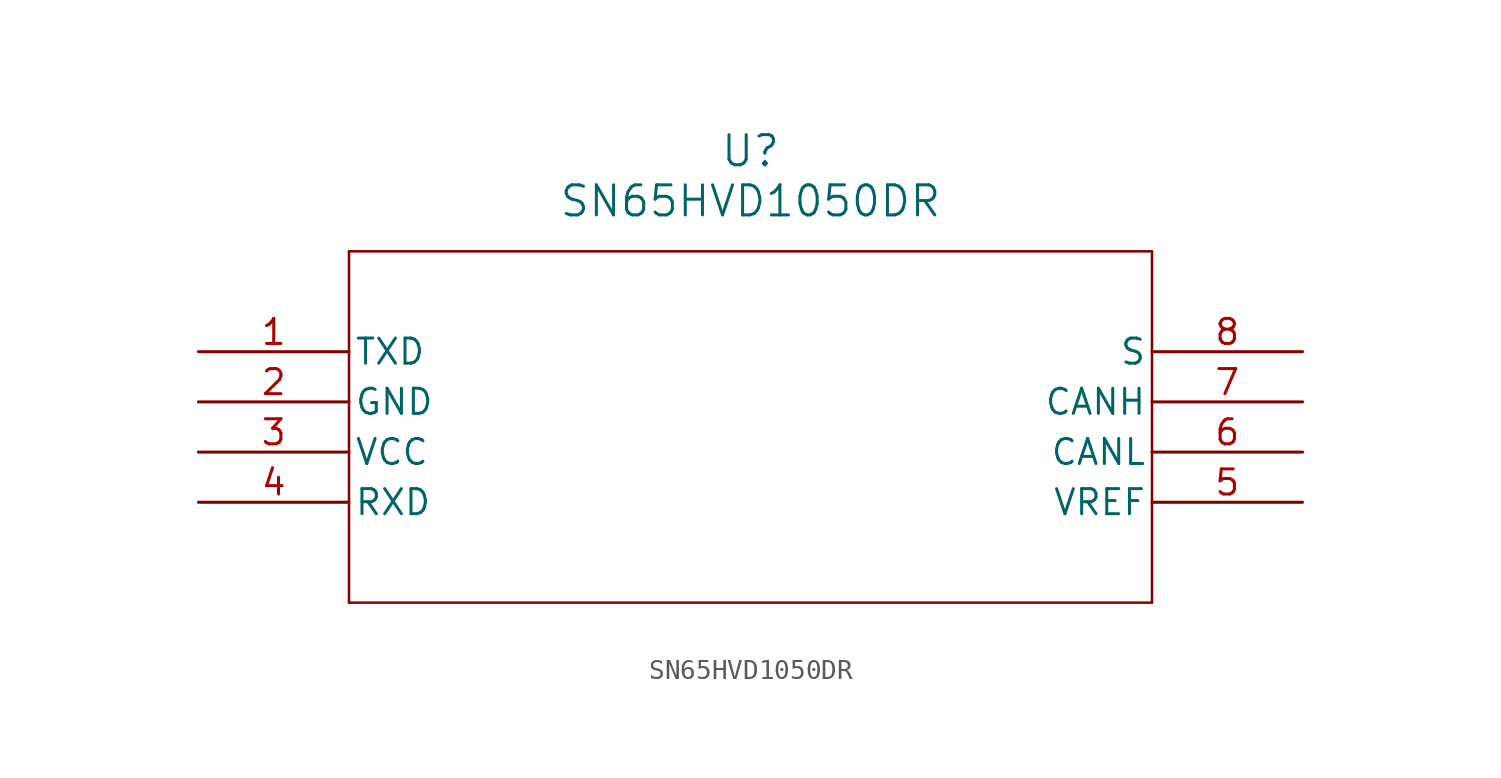
<source format=kicad_sym>
(kicad_symbol_lib
  (version 20211014)
  (generator kicad_symbol_editor)
  (symbol "SN65HVD1050DR"
    (pin_names
      (offset 0.254))
    (property "Reference" "U"
      (at 27.94 10.16 0)
      (effects (font (size 1.524 1.524))))
    (property "Value" "SN65HVD1050DR"
      (at 27.94 7.62 0)
      (effects (font (size 1.524 1.524))))
    (polyline
      (pts (xy 7.62 5.08) (xy 7.62 -12.7))
      (stroke (width 0.127) (type default) (color 0 0 0 0))
      (fill (type none)))
    (polyline
      (pts (xy 7.62 -12.7) (xy 48.26 -12.7))
      (stroke (width 0.127) (type default) (color 0 0 0 0))
      (fill (type none)))
    (polyline
      (pts (xy 48.26 -12.7) (xy 48.26 5.08))
      (stroke (width 0.127) (type default) (color 0 0 0 0))
      (fill (type none)))
    (polyline
      (pts (xy 48.26 5.08) (xy 7.62 5.08))
      (stroke (width 0.127) (type default) (color 0 0 0 0))
      (fill (type none)))
    (pin input line
      (at 0 0 0)
      (length 7.62)
      (name "TXD" (effects (font (size 1.27 1.27))))
      (number "1" (effects (font (size 1.27 1.27)))))
    (pin power_in line
      (at 0 -2.54 0)
      (length 7.62)
      (name "GND" (effects (font (size 1.27 1.27))))
      (number "2" (effects (font (size 1.27 1.27)))))
    (pin power_in line
      (at 0 -5.08 0)
      (length 7.62)
      (name "VCC" (effects (font (size 1.27 1.27))))
      (number "3" (effects (font (size 1.27 1.27)))))
    (pin output line
      (at 0 -7.62 0)
      (length 7.62)
      (name "RXD" (effects (font (size 1.27 1.27))))
      (number "4" (effects (font (size 1.27 1.27)))))
    (pin power_in line
      (at 55.88 -7.62 180)
      (length 7.62)
      (name "VREF" (effects (font (size 1.27 1.27))))
      (number "5" (effects (font (size 1.27 1.27)))))
    (pin output line
      (at 55.88 -5.08 180)
      (length 7.62)
      (name "CANL" (effects (font (size 1.27 1.27))))
      (number "6" (effects (font (size 1.27 1.27)))))
    (pin output line
      (at 55.88 -2.54 180)
      (length 7.62)
      (name "CANH" (effects (font (size 1.27 1.27))))
      (number "7" (effects (font (size 1.27 1.27)))))
    (pin input line
      (at 55.88 0 180)
      (length 7.62)
      (name "S" (effects (font (size 1.27 1.27))))
      (number "8" (effects (font (size 1.27 1.27)))))))
</source>
